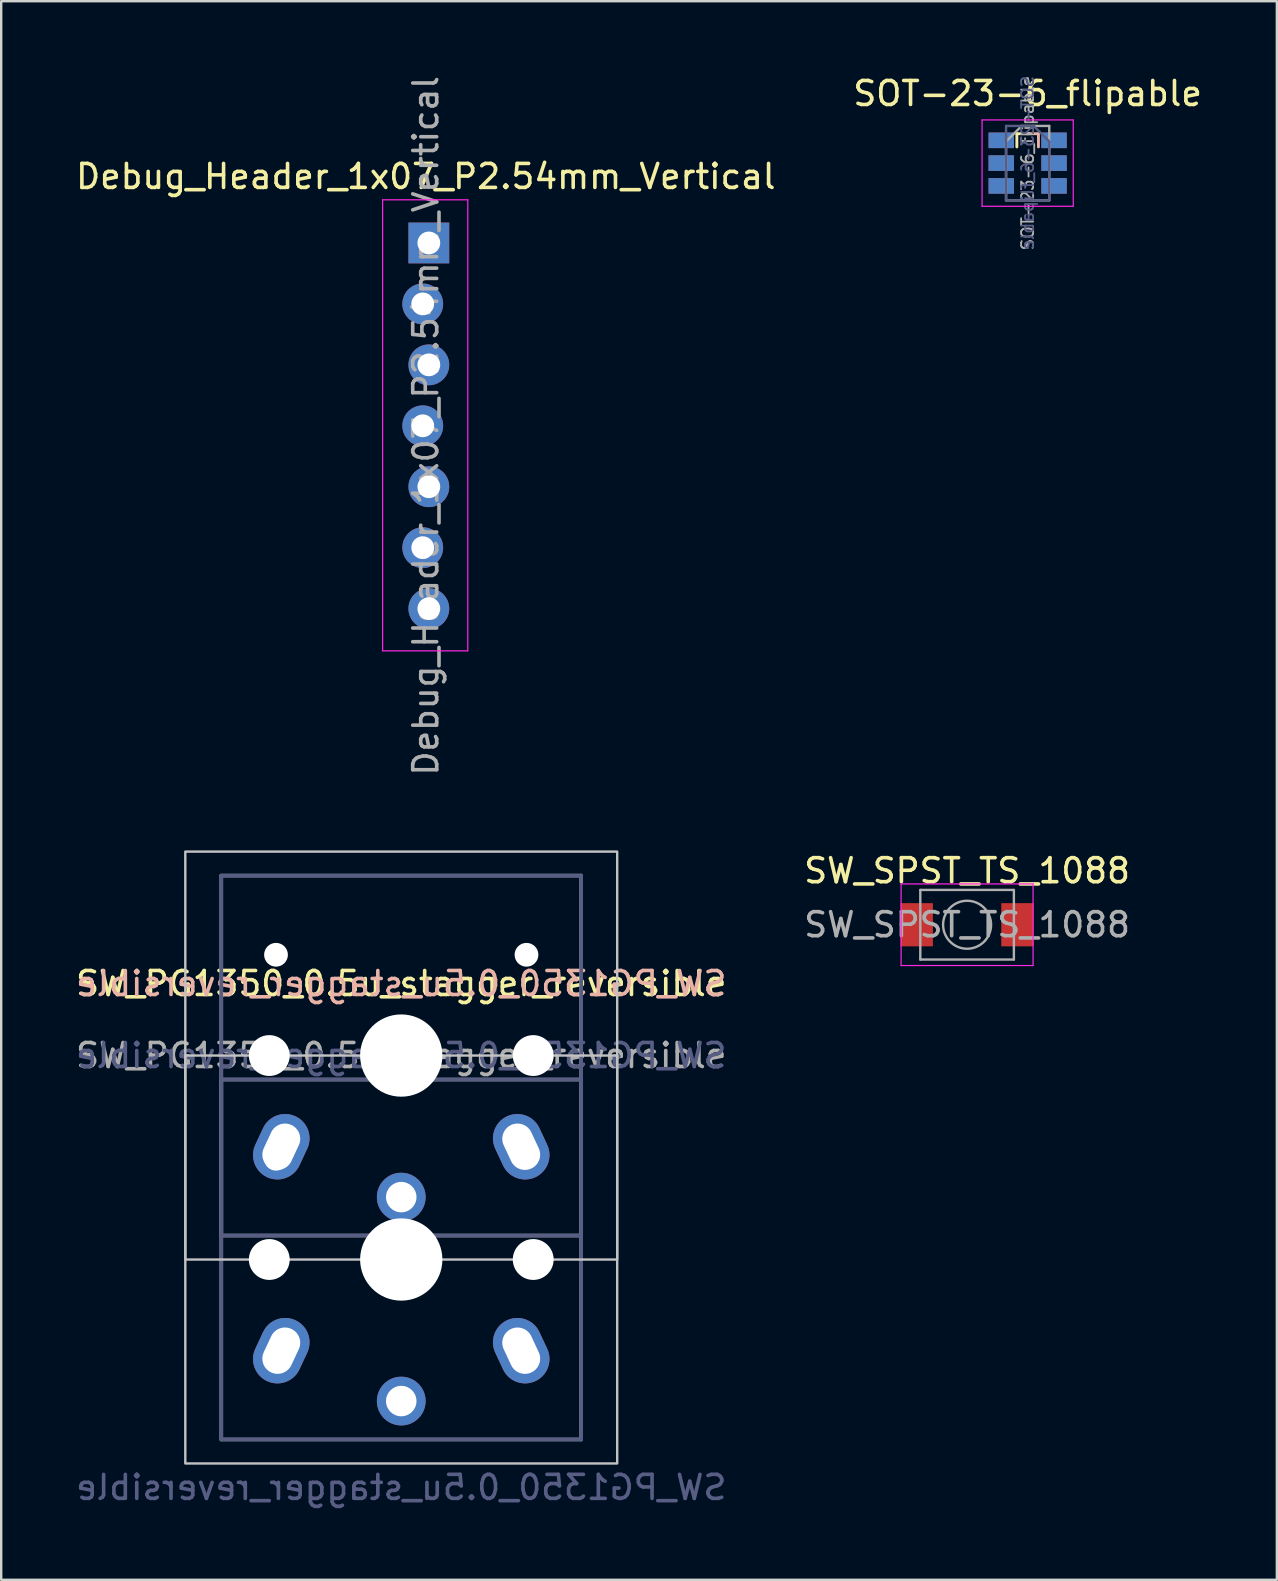
<source format=kicad_pcb>
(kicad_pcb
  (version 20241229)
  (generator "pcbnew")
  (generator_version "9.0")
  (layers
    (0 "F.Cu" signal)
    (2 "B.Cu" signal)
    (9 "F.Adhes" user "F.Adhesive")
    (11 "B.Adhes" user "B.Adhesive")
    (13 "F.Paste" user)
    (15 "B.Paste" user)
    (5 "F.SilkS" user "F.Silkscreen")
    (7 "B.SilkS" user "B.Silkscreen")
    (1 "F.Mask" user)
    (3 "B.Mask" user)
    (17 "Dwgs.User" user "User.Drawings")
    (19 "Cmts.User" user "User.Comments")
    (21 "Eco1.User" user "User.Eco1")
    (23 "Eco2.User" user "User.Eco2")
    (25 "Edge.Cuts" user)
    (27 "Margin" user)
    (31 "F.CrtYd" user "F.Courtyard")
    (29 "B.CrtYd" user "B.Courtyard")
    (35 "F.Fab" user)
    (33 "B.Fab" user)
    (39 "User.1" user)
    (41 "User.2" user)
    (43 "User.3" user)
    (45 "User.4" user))
  (footprint "SW_PG1350_0.5u_stagger_reversible"
    (layer "F.Cu")
    (at 13.673 40.943)
    (property "Reference" "SW_PG1350_0.5u_stagger_reversible" (at 0 -3 0) (layer "F.SilkS") (effects (font (size 1 1) (thickness 0.15))))
    (property "Value" "SW_PG1350_0.5u_stagger_reversible" (at 0 18 0) (layer "F.Fab") (hide yes) (effects (font (size 1 1) (thickness 0.15))))
    (attr through_hole)
    (fp_rect (start -9 -8.5) (end 9 8.5) (stroke (width 0.1) (type solid)) (fill no) (layer "Dwgs.User"))
    (fp_rect (start -9 0) (end 9 17) (stroke (width 0.1) (type solid)) (fill no) (layer "Dwgs.User"))
    (fp_line (start -6.9 6.9) (end -6.9 -6.9) (stroke (width 0.15) (type solid)) (layer "Eco2.User"))
    (fp_line (start -6.9 6.9) (end 6.9 6.9) (stroke (width 0.15) (type solid)) (layer "Eco2.User"))
    (fp_line (start -2.6 -3.1) (end -2.6 -6.3) (stroke (width 0.15) (type solid)) (layer "Eco2.User"))
    (fp_line (start -2.6 -3.1) (end 2.6 -3.1) (stroke (width 0.15) (type solid)) (layer "Eco2.User"))
    (fp_line (start 2.6 -6.3) (end -2.6 -6.3) (stroke (width 0.15) (type solid)) (layer "Eco2.User"))
    (fp_line (start 2.6 -3.1) (end 2.6 -6.3) (stroke (width 0.15) (type solid)) (layer "Eco2.User"))
    (fp_line (start 6.9 -6.9) (end -6.9 -6.9) (stroke (width 0.15) (type solid)) (layer "Eco2.User"))
    (fp_line (start 6.9 -6.9) (end 6.9 6.9) (stroke (width 0.15) (type solid)) (layer "Eco2.User"))
    (fp_line (start -7.5 -7.5) (end 7.5 -7.5) (stroke (width 0.15) (type solid)) (layer "B.Fab"))
    (fp_line (start -7.5 1) (end 7.5 1) (stroke (width 0.15) (type solid)) (layer "B.Fab"))
    (fp_line (start -7.5 7.5) (end -7.5 -7.5) (stroke (width 0.15) (type solid)) (layer "B.Fab"))
    (fp_line (start -7.5 16) (end -7.5 1) (stroke (width 0.15) (type solid)) (layer "B.Fab"))
    (fp_line (start 7.5 -7.5) (end 7.5 7.5) (stroke (width 0.15) (type solid)) (layer "B.Fab"))
    (fp_line (start 7.5 1) (end 7.5 16) (stroke (width 0.15) (type solid)) (layer "B.Fab"))
    (fp_line (start 7.5 7.5) (end -7.5 7.5) (stroke (width 0.15) (type solid)) (layer "B.Fab"))
    (fp_line (start 7.5 16) (end -7.5 16) (stroke (width 0.15) (type solid)) (layer "B.Fab"))
    (fp_line (start -7.5 -7.5) (end 7.5 -7.5) (stroke (width 0.15) (type solid)) (layer "F.Fab"))
    (fp_line (start -7.5 1) (end 7.5 1) (stroke (width 0.15) (type solid)) (layer "F.Fab"))
    (fp_line (start -7.5 7.5) (end -7.5 -7.5) (stroke (width 0.15) (type solid)) (layer "F.Fab"))
    (fp_line (start -7.5 16) (end -7.5 1) (stroke (width 0.15) (type solid)) (layer "F.Fab"))
    (fp_line (start 7.5 -7.5) (end 7.5 7.5) (stroke (width 0.15) (type solid)) (layer "F.Fab"))
    (fp_line (start 7.5 1) (end 7.5 16) (stroke (width 0.15) (type solid)) (layer "F.Fab"))
    (fp_line (start 7.5 7.5) (end -7.5 7.5) (stroke (width 0.15) (type solid)) (layer "F.Fab"))
    (fp_line (start 7.5 16) (end -7.5 16) (stroke (width 0.15) (type solid)) (layer "F.Fab"))
    (fp_text user "${REFERENCE}" (at 0 -3 0) (layer "B.SilkS") (effects (font (size 1 1) (thickness 0.15)) (justify mirror)))
    (fp_text user "${REFERENCE}" (at 0 0 0) (layer "B.Fab") (effects (font (size 1 1) (thickness 0.15)) (justify mirror)))
    (fp_text user "${VALUE}" (at 0 18 0) (layer "B.Fab") (effects (font (size 1 1) (thickness 0.15)) (justify mirror)))
    (fp_text user "${REFERENCE}" (at 0 0 0) (layer "F.Fab") (effects (font (size 1 1) (thickness 0.15))))
    (pad "" np_thru_hole circle (at -5.5 0) (size 1.702 1.702) (drill 1.702) (layers "*.Cu" "*.Mask"))
    (pad "" np_thru_hole circle (at -5.5 8.5) (size 1.702 1.702) (drill 1.702) (layers "*.Cu" "*.Mask"))
    (pad "" np_thru_hole circle (at -5.22 -4.2) (size 0.991 0.991) (drill 0.991) (layers "*.Cu" "*.Mask"))
    (pad "" np_thru_hole circle (at -5.22 4.3) (size 0.991 0.991) (drill 0.991) (layers "*.Cu" "*.Mask"))
    (pad "" np_thru_hole circle (at 0 0) (size 3.429 3.429) (drill 3.429) (layers "*.Cu" "*.Mask"))
    (pad "" np_thru_hole circle (at 0 8.5) (size 3.429 3.429) (drill 3.429) (layers "*.Cu" "*.Mask"))
    (pad "" np_thru_hole circle (at 5.22 -4.2) (size 0.991 0.991) (drill 0.991) (layers "*.Cu" "*.Mask"))
    (pad "" np_thru_hole circle (at 5.5 0) (size 1.702 1.702) (drill 1.702) (layers "*.Cu" "*.Mask"))
    (pad "" np_thru_hole circle (at 5.5 8.5) (size 1.702 1.702) (drill 1.702) (layers "*.Cu" "*.Mask"))
    (pad "1" thru_hole circle (at 0 5.9) (size 2.032 2.032) (drill 1.27) (layers "*.Cu" "*.Mask"))
    (pad "1" thru_hole circle (at 0 14.4) (size 2.032 2.032) (drill 1.27) (layers "*.Cu" "*.Mask"))
    (pad "2" thru_hole oval (at -5 3.8 335) (size 2.032 2.8) (drill oval 1.27 2) (layers "*.Cu" "*.Mask"))
    (pad "2" thru_hole oval (at -5 12.3 335) (size 2.032 2.8) (drill oval 1.27 2) (layers "*.Cu" "*.Mask"))
    (pad "2" thru_hole oval (at 5 3.8 25) (size 2.032 2.8) (drill oval 1.27 2) (layers "*.Cu" "*.Mask"))
    (pad "2" thru_hole oval (at 5 12.3 25) (size 2.032 2.8) (drill oval 1.27 2) (layers "*.Cu" "*.Mask")))
  (footprint "SW_SPST_TS_1088"
    (layer "F.Cu")
    (at 37.256 35.491)
    (property "Reference" "SW_SPST_TS_1088" (at 0 -2.25 0) (layer "F.SilkS") (effects (font (size 1 1) (thickness 0.15))))
    (attr smd)
    (fp_line (start -2.75 -1.7) (end 2.75 -1.7) (stroke (width 0.05) (type solid)) (layer "F.CrtYd"))
    (fp_line (start -2.75 1.7) (end -2.75 -1.7) (stroke (width 0.05) (type solid)) (layer "F.CrtYd"))
    (fp_line (start 2.75 -1.7) (end 2.75 1.7) (stroke (width 0.05) (type solid)) (layer "F.CrtYd"))
    (fp_line (start 2.75 1.7) (end -2.75 1.7) (stroke (width 0.05) (type solid)) (layer "F.CrtYd"))
    (fp_line (start -1.95 -1.45) (end 1.95 -1.45) (stroke (width 0.1) (type solid)) (layer "F.Fab"))
    (fp_line (start -1.95 1.45) (end -1.95 -1.45) (stroke (width 0.1) (type solid)) (layer "F.Fab"))
    (fp_line (start 1.95 -1.45) (end 1.95 1.45) (stroke (width 0.1) (type solid)) (layer "F.Fab"))
    (fp_line (start 1.95 1.45) (end -1.95 1.45) (stroke (width 0.1) (type solid)) (layer "F.Fab"))
    (fp_circle (center 0 0) (end 1 0) (stroke (width 0.1) (type solid)) (fill no) (layer "F.Fab"))
    (fp_text user "${REFERENCE}" (at 0 0 0) (layer "F.Fab") (effects (font (size 1 1) (thickness 0.15))))
    (pad "1" smd rect (at -2.1 0) (size 1.35 1.8) (layers "F.Cu" "F.Mask" "F.Paste"))
    (pad "2" smd rect (at 2.1 0) (size 1.35 1.8) (layers "F.Cu" "F.Mask" "F.Paste")))
  (footprint "SOT-23-6_flipable"
    (layer "F.Cu")
    (at 39.78 3.748)
    (property "Reference" "SOT-23-6_flipable" (at 0 -2.9 0) (layer "F.SilkS") (effects (font (size 1 1) (thickness 0.15))))
    (attr smd)
    (fp_line (start -0.45 -1.225) (end -0.45 -0.675) (stroke (width 0.12) (type solid)) (layer "F.SilkS"))
    (fp_line (start 0.05 -1.225) (end -0.45 -1.225) (stroke (width 0.12) (type solid)) (layer "F.SilkS"))
    (fp_line (start -0.05 -1.225) (end 0.45 -1.225) (stroke (width 0.12) (type solid)) (layer "B.SilkS"))
    (fp_line (start 0.45 -1.225) (end 0.45 -0.675) (stroke (width 0.12) (type solid)) (layer "B.SilkS"))
    (fp_line (start -1.9 -1.8) (end -1.9 1.8) (stroke (width 0.05) (type solid)) (layer "F.CrtYd"))
    (fp_line (start -1.9 1.8) (end 1.9 1.8) (stroke (width 0.05) (type solid)) (layer "F.CrtYd"))
    (fp_line (start 1.9 -1.8) (end -1.9 -1.8) (stroke (width 0.05) (type solid)) (layer "F.CrtYd"))
    (fp_line (start 1.9 1.8) (end 1.9 -1.8) (stroke (width 0.05) (type solid)) (layer "F.CrtYd"))
    (fp_line (start -0.9 -1.55) (end -0.9 1.55) (stroke (width 0.1) (type solid)) (layer "B.Fab"))
    (fp_line (start -0.9 -1.55) (end 0.25 -1.55) (stroke (width 0.1) (type solid)) (layer "B.Fab"))
    (fp_line (start -0.9 1.55) (end 0.9 1.55) (stroke (width 0.1) (type solid)) (layer "B.Fab"))
    (fp_line (start 0.9 -0.9) (end 0.25 -1.55) (stroke (width 0.1) (type solid)) (layer "B.Fab"))
    (fp_line (start 0.9 -0.9) (end 0.9 1.55) (stroke (width 0.1) (type solid)) (layer "B.Fab"))
    (fp_line (start -0.9 -0.9) (end -0.9 1.55) (stroke (width 0.1) (type solid)) (layer "F.Fab"))
    (fp_line (start -0.9 -0.9) (end -0.25 -1.55) (stroke (width 0.1) (type solid)) (layer "F.Fab"))
    (fp_line (start 0.9 -1.55) (end -0.25 -1.55) (stroke (width 0.1) (type solid)) (layer "F.Fab"))
    (fp_line (start 0.9 -1.55) (end 0.9 1.55) (stroke (width 0.1) (type solid)) (layer "F.Fab"))
    (fp_line (start 0.9 1.55) (end -0.9 1.55) (stroke (width 0.1) (type solid)) (layer "F.Fab"))
    (fp_text user "${REFERENCE}" (at 0 0 270) (layer "B.Fab") (effects (font (size 0.5 0.5) (thickness 0.075)) (justify mirror)))
    (fp_text user "${REFERENCE}" (at 0 0 90) (layer "F.Fab") (effects (font (size 0.5 0.5) (thickness 0.075))))
    (pad "1" smd rect (at -1.1 -0.95) (size 1.06 0.65) (layers "F.Cu" "F.Mask" "F.Paste"))
    (pad "1" smd rect (at 1.1 -0.95) (size 1.06 0.65) (layers "B.Cu" "B.Mask" "B.Paste"))
    (pad "2" smd rect (at -1.1 0) (size 1.06 0.65) (layers "F.Cu" "F.Mask" "F.Paste"))
    (pad "2" smd rect (at 1.1 0) (size 1.06 0.65) (layers "B.Cu" "B.Mask" "B.Paste"))
    (pad "3" smd rect (at -1.1 0.95) (size 1.06 0.65) (layers "F.Cu" "F.Mask" "F.Paste"))
    (pad "3" smd rect (at 1.1 0.95) (size 1.06 0.65) (layers "B.Cu" "B.Mask" "B.Paste"))
    (pad "4" smd rect (at -1.1 0.95) (size 1.06 0.65) (layers "B.Cu" "B.Mask" "B.Paste"))
    (pad "4" smd rect (at 1.1 0.95) (size 1.06 0.65) (layers "F.Cu" "F.Mask" "F.Paste"))
    (pad "5" smd rect (at -1.1 0) (size 1.06 0.65) (layers "B.Cu" "B.Mask" "B.Paste"))
    (pad "5" smd rect (at 1.1 0) (size 1.06 0.65) (layers "F.Cu" "F.Mask" "F.Paste"))
    (pad "6" smd rect (at -1.1 -0.95) (size 1.06 0.65) (layers "B.Cu" "B.Mask" "B.Paste"))
    (pad "6" smd rect (at 1.1 -0.95) (size 1.06 0.65) (layers "F.Cu" "F.Mask" "F.Paste")))
  (footprint "Debug_Header_1x07_P2.54mm_Vertical"
    (layer "F.Cu")
    (at 14.696 7.076)
    (property "Reference" "Debug_Header_1x07_P2.54mm_Vertical" (at 0 -2.77 0) (layer "F.SilkS") (effects (font (size 1 1) (thickness 0.15))))
    (attr through_hole)
    (fp_line (start -1.8 -1.8) (end 1.75 -1.8) (stroke (width 0.05) (type solid)) (layer "F.CrtYd"))
    (fp_line (start -1.8 17) (end -1.8 -1.8) (stroke (width 0.05) (type solid)) (layer "F.CrtYd"))
    (fp_line (start 1.75 -1.8) (end 1.75 17) (stroke (width 0.05) (type solid)) (layer "F.CrtYd"))
    (fp_line (start 1.75 17) (end -1.8 17) (stroke (width 0.05) (type solid)) (layer "F.CrtYd"))
    (fp_text user "${REFERENCE}" (at 0 7.62 90) (layer "F.Fab") (effects (font (size 1 1) (thickness 0.15))))
    (pad "1" thru_hole rect (at 0.127 0) (size 1.7 1.7) (drill 0.95) (layers "*.Cu" "*.Mask"))
    (pad "2" thru_hole oval (at -0.127 2.54) (size 1.7 1.7) (drill 0.95) (layers "*.Cu" "*.Mask"))
    (pad "3" thru_hole oval (at 0.127 5.08) (size 1.7 1.7) (drill 0.95) (layers "*.Cu" "*.Mask"))
    (pad "4" thru_hole oval (at -0.127 7.62) (size 1.7 1.7) (drill 0.95) (layers "*.Cu" "*.Mask"))
    (pad "5" thru_hole oval (at 0.127 10.16) (size 1.7 1.7) (drill 0.95) (layers "*.Cu" "*.Mask"))
    (pad "6" thru_hole oval (at -0.127 12.7) (size 1.7 1.7) (drill 0.95) (layers "*.Cu" "*.Mask"))
    (pad "7" thru_hole oval (at 0.127 15.24) (size 1.7 1.7) (drill 0.95) (layers "*.Cu" "*.Mask")))
  (gr_rect
    (start -3 -3)
    (end 50.167 62.791)
    (stroke (width 0.1) (type default))
    (fill no)
    (layer "Edge.Cuts")))
</source>
